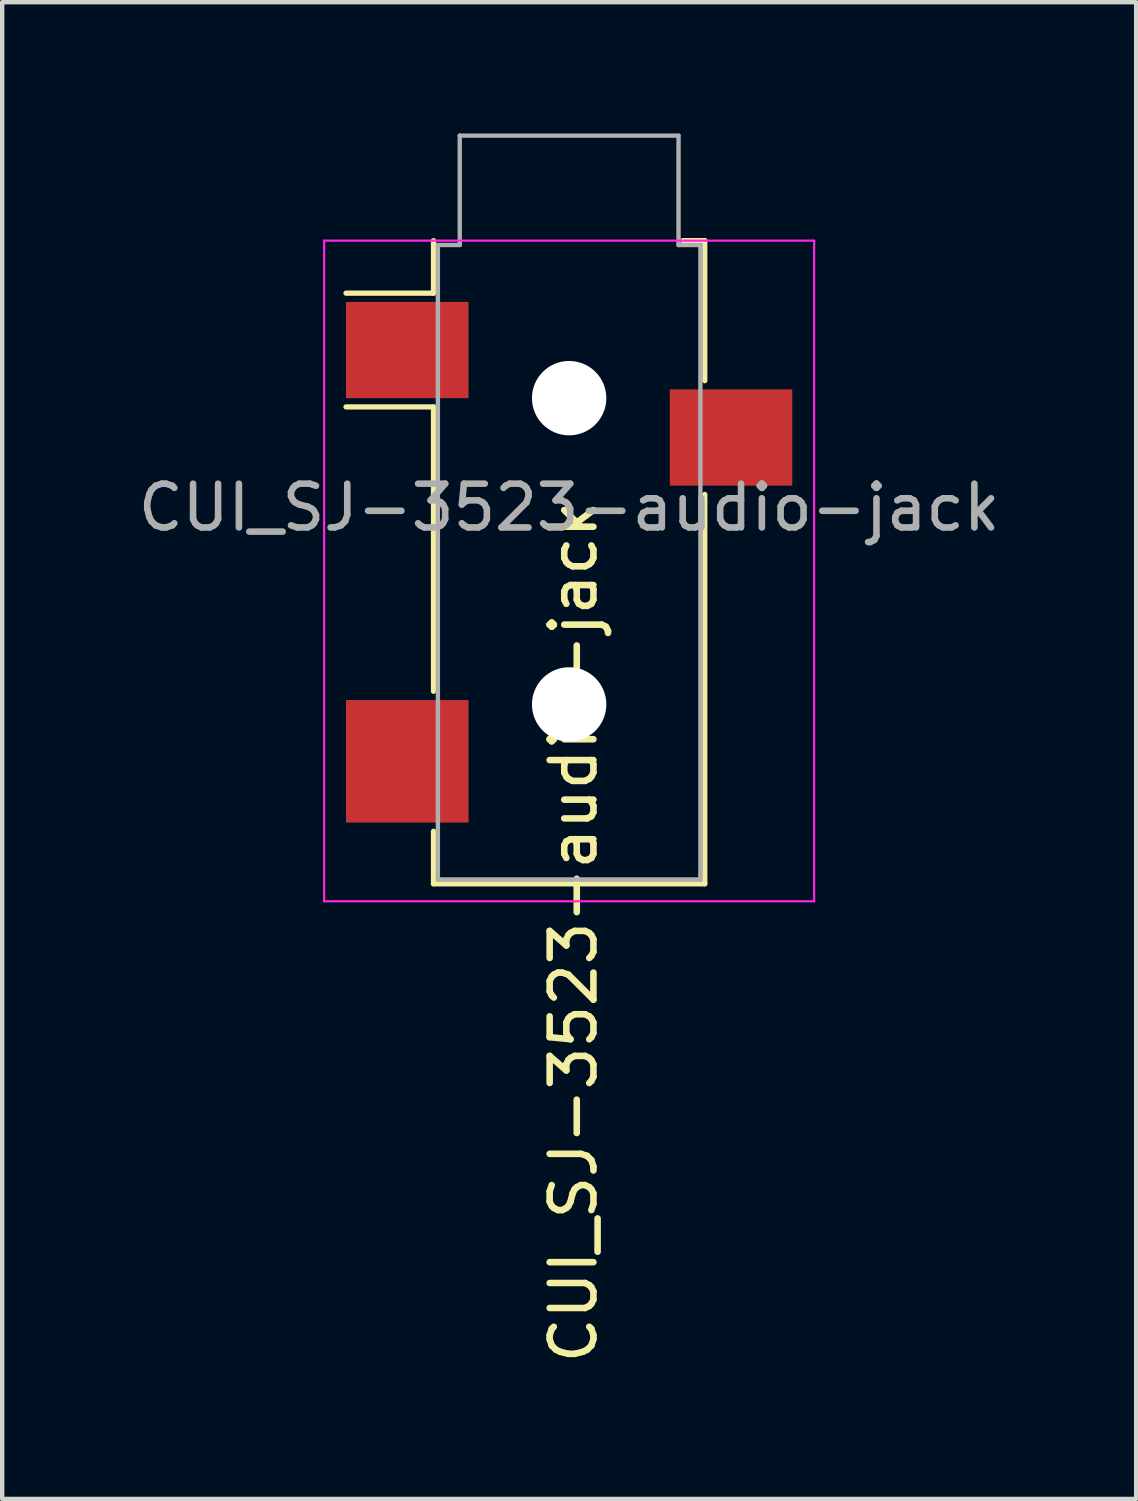
<source format=kicad_pcb>
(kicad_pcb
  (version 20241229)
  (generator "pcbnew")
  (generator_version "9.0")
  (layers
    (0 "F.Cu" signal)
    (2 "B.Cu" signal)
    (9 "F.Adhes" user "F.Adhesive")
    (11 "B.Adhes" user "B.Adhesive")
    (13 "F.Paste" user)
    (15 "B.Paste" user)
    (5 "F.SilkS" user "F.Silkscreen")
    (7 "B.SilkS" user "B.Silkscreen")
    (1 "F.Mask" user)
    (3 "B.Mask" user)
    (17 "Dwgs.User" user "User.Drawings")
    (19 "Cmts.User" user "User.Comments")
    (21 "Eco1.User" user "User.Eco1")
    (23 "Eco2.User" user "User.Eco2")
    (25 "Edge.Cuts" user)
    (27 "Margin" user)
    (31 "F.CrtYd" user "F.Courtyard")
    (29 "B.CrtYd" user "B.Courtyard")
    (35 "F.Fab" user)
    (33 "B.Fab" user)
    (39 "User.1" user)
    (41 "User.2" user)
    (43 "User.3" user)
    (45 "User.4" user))
  (footprint "CUI_SJ-3523-audio-jack"
    (layer "F.Cu")
    (at 9.958 8.55)
    (property "Reference" "CUI_SJ-3523-audio-jack" (at 0.1 9.7 90) (layer "F.SilkS") (effects (font (size 1 1) (thickness 0.15))))
    (attr smd)
    (fp_line (start -3.1 -4.9) (end -5.1 -4.9) (stroke (width 0.12) (type solid)) (layer "F.SilkS"))
    (fp_line (start -3.1 -4.9) (end -3.1 -6.1) (stroke (width 0.12) (type solid)) (layer "F.SilkS"))
    (fp_line (start -3.1 -2.3) (end -5.1 -2.3) (stroke (width 0.12) (type solid)) (layer "F.SilkS"))
    (fp_line (start -3.1 4.2) (end -3.1 -2.3) (stroke (width 0.12) (type solid)) (layer "F.SilkS"))
    (fp_line (start -3.1 8.6) (end -3.1 7.4) (stroke (width 0.12) (type solid)) (layer "F.SilkS"))
    (fp_line (start 2.6 -6.1) (end 3.1 -6.1) (stroke (width 0.12) (type solid)) (layer "F.SilkS"))
    (fp_line (start 3.1 -6.1) (end 3.1 -2.9) (stroke (width 0.12) (type solid)) (layer "F.SilkS"))
    (fp_line (start 3.1 -0.3) (end 3.1 8.6) (stroke (width 0.12) (type solid)) (layer "F.SilkS"))
    (fp_line (start 3.1 8.6) (end -3.1 8.6) (stroke (width 0.12) (type solid)) (layer "F.SilkS"))
    (fp_line (start -5.6 -6.1) (end 5.6 -6.1) (stroke (width 0.05) (type solid)) (layer "F.CrtYd"))
    (fp_line (start -5.6 9) (end -5.6 -6.1) (stroke (width 0.05) (type solid)) (layer "F.CrtYd"))
    (fp_line (start 5.6 -6.1) (end 5.6 9) (stroke (width 0.05) (type solid)) (layer "F.CrtYd"))
    (fp_line (start 5.6 9) (end -5.6 9) (stroke (width 0.05) (type solid)) (layer "F.CrtYd"))
    (fp_line (start -3 -6) (end -2.5 -6) (stroke (width 0.1) (type solid)) (layer "F.Fab"))
    (fp_line (start -3 8.5) (end -3 -6) (stroke (width 0.1) (type solid)) (layer "F.Fab"))
    (fp_line (start -2.5 -8.5) (end 2.5 -8.5) (stroke (width 0.1) (type solid)) (layer "F.Fab"))
    (fp_line (start -2.5 -6) (end -2.5 -8.5) (stroke (width 0.1) (type solid)) (layer "F.Fab"))
    (fp_line (start 2.5 -8.5) (end 2.5 -6) (stroke (width 0.1) (type solid)) (layer "F.Fab"))
    (fp_line (start 2.5 -6) (end 3 -6) (stroke (width 0.1) (type solid)) (layer "F.Fab"))
    (fp_line (start 3 -6) (end 3 8.5) (stroke (width 0.1) (type solid)) (layer "F.Fab"))
    (fp_line (start 3 8.5) (end -3 8.5) (stroke (width 0.1) (type solid)) (layer "F.Fab"))
    (fp_text user "${REFERENCE}" (at 0 0 180) (layer "F.Fab") (effects (font (size 1 1) (thickness 0.15))))
    (pad "" np_thru_hole circle (at 0 -2.5) (size 1.7 1.7) (drill 1.7) (layers "*.Cu" "*.Mask"))
    (pad "" np_thru_hole circle (at 0 4.5) (size 1.7 1.7) (drill 1.7) (layers "*.Cu" "*.Mask"))
    (pad "1" smd rect (at -3.7 -3.6) (size 2.8 2.2) (layers "F.Cu" "F.Mask" "F.Paste"))
    (pad "2" smd rect (at -3.7 5.8) (size 2.8 2.8) (layers "F.Cu" "F.Mask" "F.Paste"))
    (pad "3" smd rect (at 3.7 -1.6) (size 2.8 2.2) (layers "F.Cu" "F.Mask" "F.Paste")))
  (gr_rect
    (start -3 -3)
    (end 22.917 31.208)
    (stroke (width 0.1) (type default))
    (fill no)
    (layer "Edge.Cuts")))
</source>
